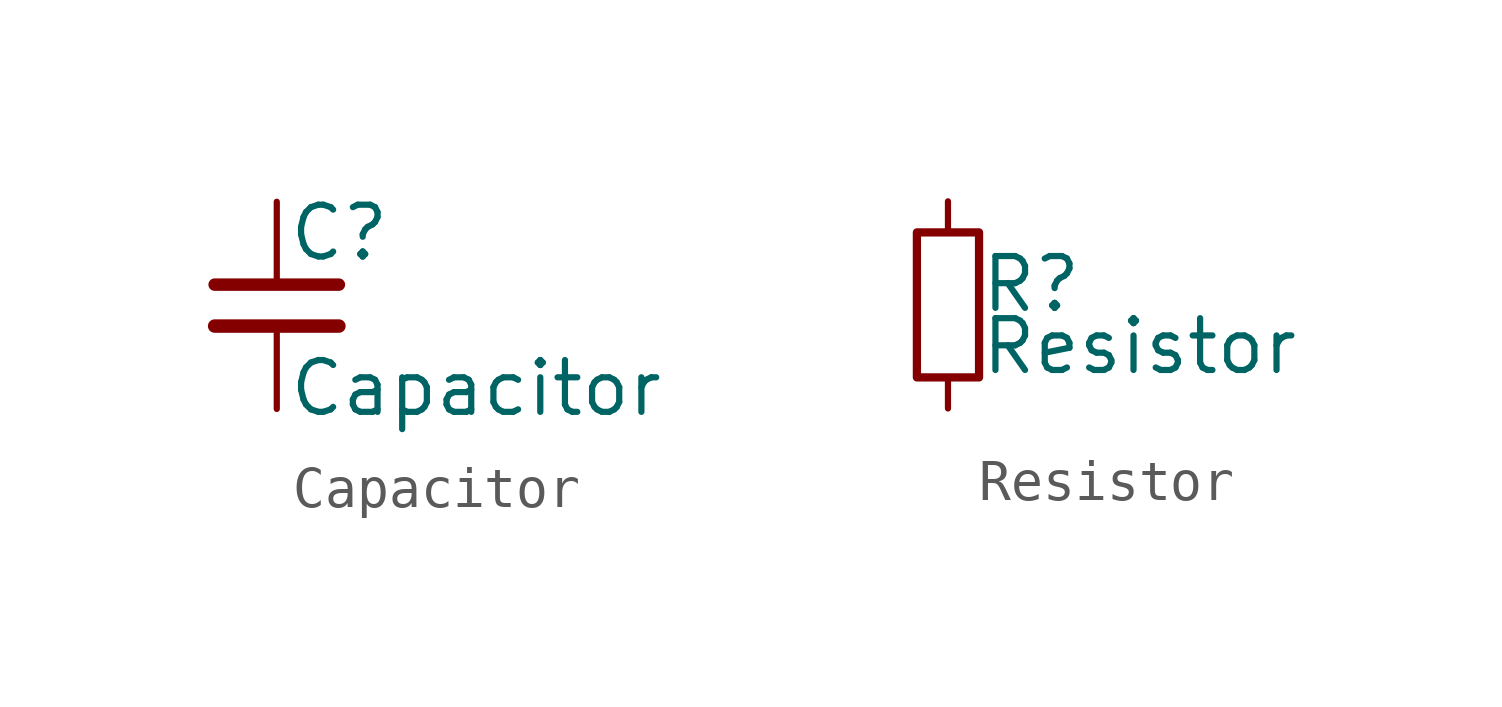
<source format=kicad_sym>
(kicad_symbol_lib
  (version 20211014)
  (generator kicad_symbol_editor)
  (symbol "Capacitor"
    (pin_numbers hide)
    (pin_names
      (offset 0.254) hide)
    (property "Reference" "C"
      (at 0.254 1.778 0)
      (effects (font (size 1.27 1.27)) (justify left)))
    (property "Value" "Capacitor"
      (at 0.254 -2.032 0)
      (effects (font (size 1.27 1.27)) (justify left)))
    (property "DNP" ""
      (at 0 0 0)
      (effects (font (size 1.27 1.27))))
    (symbol "Capacitor_0_1"
      (polyline (pts (xy -1.524 -0.508) (xy 1.524 -0.508)) (stroke (width 0.33) (type default) (color 0 0 0 0)) (fill (type none)))
      (polyline (pts (xy -1.524 0.508) (xy 1.524 0.508)) (stroke (width 0.305) (type default) (color 0 0 0 0)) (fill (type none))))
    (symbol "Capacitor_1_1"
      (pin passive line (at 0 2.54 270) (length 2.032) (name "~" (effects (font (size 1.27 1.27)))) (number "1" (effects (font (size 1.27 1.27)))))
      (pin passive line (at 0 -2.54 90) (length 2.032) (name "~" (effects (font (size 1.27 1.27)))) (number "2" (effects (font (size 1.27 1.27)))))))
  (symbol "Resistor"
    (pin_numbers hide)
    (pin_names
      (offset 0.254) hide)
    (property "Reference" "R"
      (at 0.762 0.508 0)
      (effects (font (size 1.27 1.27)) (justify left)))
    (property "Value" "Resistor"
      (at 0.762 -1.016 0)
      (effects (font (size 1.27 1.27)) (justify left)))
    (property "DNP" ""
      (at 0 0 0)
      (effects (font (size 1.27 1.27))))
    (symbol "Resistor_0_1"
      (rectangle (start -0.762 1.778) (end 0.762 -1.778) (stroke (width 0.203) (type default) (color 0 0 0 0)) (fill (type none))))
    (symbol "Resistor_1_1"
      (pin passive line (at 0 2.54 270) (length 0.762) (name "~" (effects (font (size 1.27 1.27)))) (number "1" (effects (font (size 1.27 1.27)))))
      (pin passive line (at 0 -2.54 90) (length 0.762) (name "~" (effects (font (size 1.27 1.27)))) (number "2" (effects (font (size 1.27 1.27))))))))
</source>
